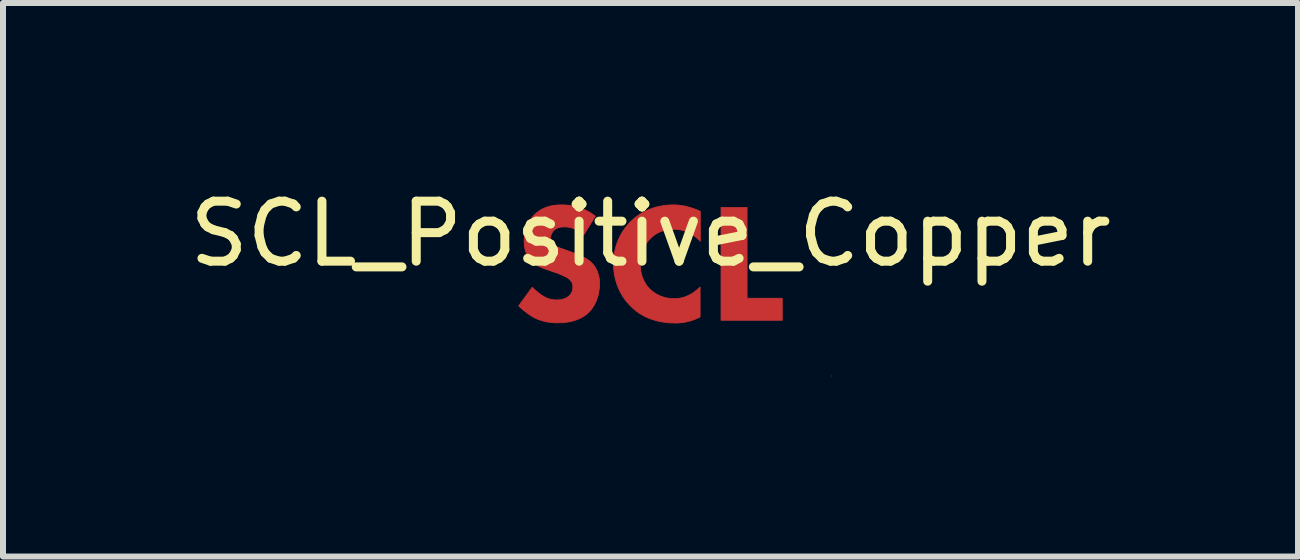
<source format=kicad_pcb>
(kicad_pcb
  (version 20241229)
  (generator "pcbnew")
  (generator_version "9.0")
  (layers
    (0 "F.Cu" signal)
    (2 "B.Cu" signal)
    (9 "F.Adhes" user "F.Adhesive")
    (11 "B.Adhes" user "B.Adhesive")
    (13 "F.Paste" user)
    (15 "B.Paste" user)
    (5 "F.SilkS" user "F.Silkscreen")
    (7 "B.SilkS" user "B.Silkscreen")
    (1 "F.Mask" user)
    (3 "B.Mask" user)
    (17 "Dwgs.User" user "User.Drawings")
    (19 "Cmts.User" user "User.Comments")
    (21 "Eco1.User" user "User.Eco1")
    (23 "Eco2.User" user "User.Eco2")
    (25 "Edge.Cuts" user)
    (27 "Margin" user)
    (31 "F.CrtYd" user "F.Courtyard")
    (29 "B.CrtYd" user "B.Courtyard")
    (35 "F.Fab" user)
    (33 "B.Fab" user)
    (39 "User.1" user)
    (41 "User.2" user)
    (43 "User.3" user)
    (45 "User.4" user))
  (footprint "SCL_Positive_Copper"
    (layer "F.Cu")
    (at 7.792 1.348)
    (property "Reference" "SCL_Positive_Copper" (at 0 -0.5 0) (unlocked yes) (layer "F.SilkS") (effects (font (size 1 1) (thickness 0.15))))
    (fp_poly (pts (xy 3.02 1.87) (xy 3.02 1.868) (xy 3.023 1.866)) (stroke (width 0.013) (type solid)) (fill yes) (layer "F.Cu"))
    (fp_poly (pts (xy 1.609 0.573) (xy 2.195 0.573) (xy 2.195 0.94) (xy 1.175 0.94) (xy 1.175 -0.941) (xy 1.609 -0.941)) (stroke (width 0.013) (type solid)) (fill yes) (layer "F.Cu"))
    (fp_poly (pts (xy 0.401 -0.983) (xy 0.425 -0.982) (xy 0.45 -0.98) (xy 0.475 -0.978) (xy 0.5 -0.975) (xy 0.527 -0.971) (xy 0.553 -0.966) (xy 0.581 -0.961) (xy 0.609 -0.954) (xy 0.638 -0.946) (xy 0.668 -0.938) (xy 0.699 -0.928) (xy 0.73 -0.917) (xy 0.762 -0.905) (xy 0.795 -0.892) (xy 0.829 -0.877) (xy 0.829 -0.376) (xy 0.811 -0.395) (xy 0.791 -0.414) (xy 0.77 -0.433) (xy 0.748 -0.451) (xy 0.725 -0.468) (xy 0.701 -0.485) (xy 0.675 -0.5) (xy 0.649 -0.515) (xy 0.62 -0.529) (xy 0.591 -0.541) (xy 0.561 -0.551) (xy 0.545 -0.556) (xy 0.529 -0.56) (xy 0.512 -0.564) (xy 0.496 -0.568) (xy 0.478 -0.57) (xy 0.461 -0.573) (xy 0.443 -0.575) (xy 0.425 -0.576) (xy 0.407 -0.577) (xy 0.388 -0.577) (xy 0.359 -0.577) (xy 0.33 -0.575) (xy 0.302 -0.572) (xy 0.275 -0.568) (xy 0.249 -0.563) (xy 0.223 -0.556) (xy 0.198 -0.549) (xy 0.174 -0.54) (xy 0.15 -0.53) (xy 0.127 -0.519) (xy 0.105 -0.507) (xy 0.083 -0.494) (xy 0.062 -0.479) (xy 0.042 -0.464) (xy 0.023 -0.447) (xy 0.004 -0.429) (xy -0.016 -0.409) (xy -0.034 -0.389) (xy -0.052 -0.367) (xy -0.068 -0.343) (xy -0.084 -0.319) (xy -0.099 -0.294) (xy -0.112 -0.268) (xy -0.124 -0.241) (xy -0.135 -0.213) (xy -0.145 -0.185) (xy -0.153 -0.155) (xy -0.16 -0.125) (xy -0.165 -0.093) (xy -0.169 -0.061) (xy -0.172 -0.029) (xy -0.173 0.005) (xy -0.172 0.04) (xy -0.169 0.075) (xy -0.165 0.108) (xy -0.159 0.14) (xy -0.152 0.17) (xy -0.144 0.199) (xy -0.134 0.227) (xy -0.123 0.254) (xy -0.111 0.279) (xy -0.099 0.303) (xy -0.085 0.326) (xy -0.071 0.348) (xy -0.057 0.368) (xy -0.042 0.387) (xy -0.026 0.405) (xy -0.01 0.421) (xy -0.002 0.429) (xy 0.009 0.439) (xy 0.022 0.45) (xy 0.037 0.462) (xy 0.055 0.475) (xy 0.075 0.488) (xy 0.097 0.502) (xy 0.121 0.515) (xy 0.134 0.521) (xy 0.148 0.528) (xy 0.162 0.534) (xy 0.176 0.54) (xy 0.192 0.545) (xy 0.208 0.551) (xy 0.224 0.556) (xy 0.241 0.56) (xy 0.258 0.565) (xy 0.276 0.568) (xy 0.295 0.572) (xy 0.314 0.575) (xy 0.333 0.577) (xy 0.353 0.578) (xy 0.374 0.579) (xy 0.395 0.58) (xy 0.417 0.579) (xy 0.439 0.578) (xy 0.463 0.576) (xy 0.487 0.572) (xy 0.512 0.567) (xy 0.537 0.561) (xy 0.564 0.553) (xy 0.591 0.544) (xy 0.618 0.532) (xy 0.647 0.518) (xy 0.675 0.503) (xy 0.704 0.485) (xy 0.734 0.464) (xy 0.764 0.441) (xy 0.795 0.415) (xy 0.826 0.386) (xy 0.826 0.885) (xy 0.799 0.898) (xy 0.768 0.912) (xy 0.739 0.924) (xy 0.71 0.935) (xy 0.682 0.944) (xy 0.654 0.953) (xy 0.628 0.96) (xy 0.601 0.966) (xy 0.576 0.971) (xy 0.551 0.975) (xy 0.526 0.979) (xy 0.502 0.981) (xy 0.457 0.985) (xy 0.413 0.985) (xy 0.349 0.984) (xy 0.288 0.98) (xy 0.23 0.973) (xy 0.174 0.964) (xy 0.12 0.953) (xy 0.069 0.939) (xy 0.02 0.924) (xy -0.027 0.906) (xy -0.072 0.887) (xy -0.114 0.866) (xy -0.154 0.843) (xy -0.192 0.819) (xy -0.228 0.793) (xy -0.262 0.767) (xy -0.294 0.739) (xy -0.324 0.71) (xy -0.355 0.679) (xy -0.385 0.645) (xy -0.414 0.61) (xy -0.441 0.573) (xy -0.467 0.534) (xy -0.491 0.493) (xy -0.514 0.45) (xy -0.534 0.406) (xy -0.553 0.36) (xy -0.569 0.312) (xy -0.583 0.263) (xy -0.595 0.213) (xy -0.605 0.161) (xy -0.611 0.108) (xy -0.616 0.053) (xy -0.617 -0.002) (xy -0.616 -0.058) (xy -0.611 -0.112) (xy -0.605 -0.165) (xy -0.595 -0.216) (xy -0.583 -0.266) (xy -0.569 -0.315) (xy -0.553 -0.362) (xy -0.534 -0.407) (xy -0.514 -0.451) (xy -0.491 -0.493) (xy -0.467 -0.534) (xy -0.441 -0.573) (xy -0.414 -0.61) (xy -0.385 -0.646) (xy -0.355 -0.679) (xy -0.324 -0.711) (xy -0.292 -0.741) (xy -0.259 -0.77) (xy -0.223 -0.797) (xy -0.186 -0.822) (xy -0.147 -0.846) (xy -0.106 -0.869) (xy -0.064 -0.889) (xy -0.021 -0.908) (xy 0.024 -0.925) (xy 0.071 -0.94) (xy 0.119 -0.953) (xy 0.168 -0.963) (xy 0.218 -0.972) (xy 0.27 -0.978) (xy 0.323 -0.982) (xy 0.378 -0.983)) (stroke (width 0.013) (type solid)) (fill yes) (layer "F.Cu"))
    (fp_poly (pts (xy -1.425 -0.982) (xy -1.397 -0.98) (xy -1.366 -0.977) (xy -1.335 -0.973) (xy -1.302 -0.968) (xy -1.268 -0.961) (xy -1.232 -0.952) (xy -1.196 -0.941) (xy -1.159 -0.928) (xy -1.12 -0.913) (xy -1.081 -0.895) (xy -1.042 -0.875) (xy -1.002 -0.852) (xy -0.961 -0.825) (xy -0.92 -0.796) (xy -1.115 -0.479) (xy -1.115 -0.482) (xy -1.141 -0.504) (xy -1.166 -0.524) (xy -1.191 -0.542) (xy -1.216 -0.557) (xy -1.239 -0.569) (xy -1.262 -0.58) (xy -1.284 -0.589) (xy -1.305 -0.597) (xy -1.325 -0.603) (xy -1.344 -0.607) (xy -1.362 -0.611) (xy -1.378 -0.613) (xy -1.394 -0.615) (xy -1.408 -0.616) (xy -1.432 -0.616) (xy -1.455 -0.616) (xy -1.467 -0.615) (xy -1.479 -0.614) (xy -1.491 -0.613) (xy -1.503 -0.611) (xy -1.516 -0.609) (xy -1.528 -0.606) (xy -1.54 -0.602) (xy -1.552 -0.598) (xy -1.563 -0.592) (xy -1.574 -0.586) (xy -1.585 -0.579) (xy -1.596 -0.572) (xy -1.601 -0.567) (xy -1.606 -0.563) (xy -1.611 -0.558) (xy -1.615 -0.553) (xy -1.621 -0.547) (xy -1.626 -0.541) (xy -1.63 -0.535) (xy -1.635 -0.529) (xy -1.639 -0.522) (xy -1.643 -0.515) (xy -1.647 -0.508) (xy -1.651 -0.501) (xy -1.654 -0.493) (xy -1.657 -0.485) (xy -1.659 -0.477) (xy -1.661 -0.468) (xy -1.663 -0.46) (xy -1.664 -0.451) (xy -1.665 -0.442) (xy -1.665 -0.433) (xy -1.665 -0.424) (xy -1.664 -0.416) (xy -1.663 -0.408) (xy -1.662 -0.401) (xy -1.661 -0.393) (xy -1.659 -0.386) (xy -1.657 -0.38) (xy -1.654 -0.373) (xy -1.651 -0.367) (xy -1.648 -0.361) (xy -1.645 -0.355) (xy -1.641 -0.349) (xy -1.637 -0.343) (xy -1.632 -0.338) (xy -1.628 -0.332) (xy -1.623 -0.327) (xy -1.614 -0.319) (xy -1.604 -0.312) (xy -1.595 -0.305) (xy -1.584 -0.299) (xy -1.573 -0.293) (xy -1.561 -0.287) (xy -1.548 -0.281) (xy -1.535 -0.275) (xy -1.52 -0.269) (xy -1.505 -0.263) (xy -1.47 -0.251) (xy -1.386 -0.221) (xy -1.245 -0.168) (xy -1.214 -0.156) (xy -1.181 -0.142) (xy -1.147 -0.127) (xy -1.131 -0.119) (xy -1.114 -0.11) (xy -1.097 -0.101) (xy -1.08 -0.092) (xy -1.064 -0.082) (xy -1.048 -0.071) (xy -1.032 -0.06) (xy -1.017 -0.049) (xy -1.002 -0.036) (xy -0.988 -0.023) (xy -0.968 -0.003) (xy -0.95 0.017) (xy -0.934 0.039) (xy -0.92 0.06) (xy -0.907 0.082) (xy -0.896 0.105) (xy -0.886 0.127) (xy -0.878 0.15) (xy -0.871 0.173) (xy -0.865 0.195) (xy -0.86 0.218) (xy -0.856 0.24) (xy -0.853 0.262) (xy -0.851 0.284) (xy -0.85 0.305) (xy -0.85 0.326) (xy -0.851 0.362) (xy -0.853 0.397) (xy -0.857 0.432) (xy -0.862 0.466) (xy -0.868 0.499) (xy -0.876 0.531) (xy -0.885 0.563) (xy -0.896 0.593) (xy -0.907 0.622) (xy -0.92 0.65) (xy -0.933 0.677) (xy -0.948 0.703) (xy -0.964 0.727) (xy -0.98 0.75) (xy -0.998 0.772) (xy -1.016 0.791) (xy -1.031 0.808) (xy -1.048 0.823) (xy -1.064 0.837) (xy -1.081 0.85) (xy -1.098 0.863) (xy -1.116 0.875) (xy -1.152 0.896) (xy -1.188 0.914) (xy -1.225 0.929) (xy -1.261 0.942) (xy -1.298 0.953) (xy -1.334 0.961) (xy -1.369 0.968) (xy -1.404 0.973) (xy -1.436 0.977) (xy -1.468 0.98) (xy -1.497 0.981) (xy -1.548 0.982) (xy -1.573 0.982) (xy -1.598 0.981) (xy -1.622 0.98) (xy -1.647 0.978) (xy -1.67 0.975) (xy -1.694 0.972) (xy -1.717 0.969) (xy -1.741 0.964) (xy -1.764 0.959) (xy -1.787 0.954) (xy -1.809 0.947) (xy -1.832 0.94) (xy -1.855 0.932) (xy -1.877 0.924) (xy -1.9 0.915) (xy -1.922 0.904) (xy -1.94 0.895) (xy -1.959 0.884) (xy -1.977 0.873) (xy -1.996 0.861) (xy -2.014 0.849) (xy -2.033 0.837) (xy -2.069 0.81) (xy -2.105 0.782) (xy -2.138 0.755) (xy -2.169 0.727) (xy -2.198 0.7) (xy -1.972 0.389) (xy -1.952 0.408) (xy -1.931 0.428) (xy -1.908 0.448) (xy -1.885 0.468) (xy -1.861 0.487) (xy -1.838 0.505) (xy -1.827 0.513) (xy -1.816 0.521) (xy -1.806 0.528) (xy -1.795 0.534) (xy -1.781 0.542) (xy -1.768 0.55) (xy -1.754 0.557) (xy -1.74 0.564) (xy -1.725 0.57) (xy -1.711 0.575) (xy -1.697 0.58) (xy -1.682 0.585) (xy -1.668 0.589) (xy -1.653 0.592) (xy -1.638 0.595) (xy -1.623 0.597) (xy -1.607 0.599) (xy -1.591 0.6) (xy -1.575 0.601) (xy -1.559 0.601) (xy -1.548 0.601) (xy -1.537 0.6) (xy -1.525 0.6) (xy -1.513 0.598) (xy -1.501 0.597) (xy -1.488 0.595) (xy -1.476 0.592) (xy -1.463 0.589) (xy -1.45 0.585) (xy -1.437 0.581) (xy -1.424 0.576) (xy -1.411 0.57) (xy -1.398 0.563) (xy -1.386 0.555) (xy -1.374 0.547) (xy -1.361 0.537) (xy -1.355 0.531) (xy -1.348 0.525) (xy -1.342 0.518) (xy -1.336 0.51) (xy -1.33 0.502) (xy -1.325 0.494) (xy -1.32 0.485) (xy -1.315 0.476) (xy -1.31 0.467) (xy -1.306 0.456) (xy -1.303 0.446) (xy -1.301 0.44) (xy -1.3 0.435) (xy -1.299 0.429) (xy -1.298 0.423) (xy -1.297 0.417) (xy -1.296 0.411) (xy -1.295 0.405) (xy -1.295 0.399) (xy -1.295 0.392) (xy -1.294 0.386) (xy -1.295 0.374) (xy -1.296 0.363) (xy -1.297 0.353) (xy -1.299 0.343) (xy -1.301 0.333) (xy -1.304 0.324) (xy -1.308 0.315) (xy -1.312 0.307) (xy -1.316 0.299) (xy -1.321 0.291) (xy -1.326 0.284) (xy -1.332 0.277) (xy -1.338 0.27) (xy -1.344 0.264) (xy -1.351 0.258) (xy -1.358 0.252) (xy -1.368 0.244) (xy -1.379 0.236) (xy -1.392 0.228) (xy -1.405 0.22) (xy -1.42 0.213) (xy -1.435 0.205) (xy -1.466 0.191) (xy -1.497 0.178) (xy -1.527 0.165) (xy -1.577 0.146) (xy -1.732 0.093) (xy -1.766 0.081) (xy -1.8 0.067) (xy -1.835 0.053) (xy -1.852 0.045) (xy -1.869 0.036) (xy -1.886 0.027) (xy -1.903 0.017) (xy -1.919 0.007) (xy -1.935 -0.004) (xy -1.95 -0.015) (xy -1.965 -0.028) (xy -1.979 -0.041) (xy -1.993 -0.055) (xy -2.01 -0.075) (xy -2.026 -0.096) (xy -2.04 -0.117) (xy -2.052 -0.138) (xy -2.063 -0.16) (xy -2.072 -0.181) (xy -2.08 -0.203) (xy -2.086 -0.225) (xy -2.092 -0.246) (xy -2.096 -0.267) (xy -2.1 -0.288) (xy -2.102 -0.308) (xy -2.104 -0.328) (xy -2.105 -0.347) (xy -2.106 -0.383) (xy -2.105 -0.415) (xy -2.103 -0.445) (xy -2.101 -0.476) (xy -2.096 -0.505) (xy -2.091 -0.534) (xy -2.084 -0.562) (xy -2.076 -0.59) (xy -2.067 -0.617) (xy -2.056 -0.643) (xy -2.044 -0.669) (xy -2.031 -0.694) (xy -2.017 -0.718) (xy -2 -0.742) (xy -1.983 -0.765) (xy -1.964 -0.788) (xy -1.944 -0.81) (xy -1.918 -0.834) (xy -1.892 -0.856) (xy -1.866 -0.876) (xy -1.839 -0.894) (xy -1.812 -0.91) (xy -1.784 -0.924) (xy -1.755 -0.936) (xy -1.727 -0.947) (xy -1.697 -0.956) (xy -1.667 -0.964) (xy -1.637 -0.97) (xy -1.606 -0.975) (xy -1.575 -0.979) (xy -1.543 -0.981) (xy -1.511 -0.983) (xy -1.478 -0.983)) (stroke (width 0.013) (type solid)) (fill yes) (layer "F.Cu")))
  (gr_rect
    (start -3 -3)
    (end 18.583 6.225)
    (stroke (width 0.1) (type default))
    (fill no)
    (layer "Edge.Cuts")))
</source>
